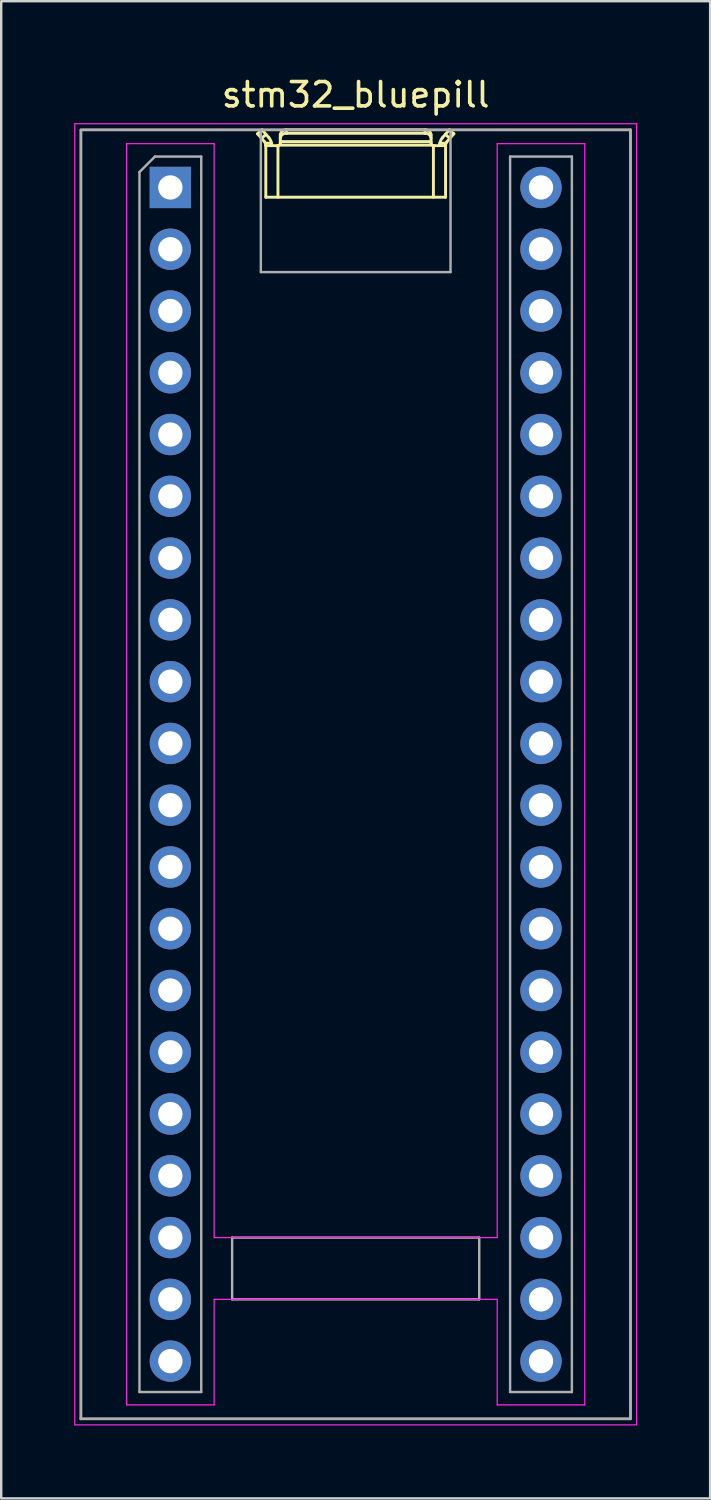
<source format=kicad_pcb>
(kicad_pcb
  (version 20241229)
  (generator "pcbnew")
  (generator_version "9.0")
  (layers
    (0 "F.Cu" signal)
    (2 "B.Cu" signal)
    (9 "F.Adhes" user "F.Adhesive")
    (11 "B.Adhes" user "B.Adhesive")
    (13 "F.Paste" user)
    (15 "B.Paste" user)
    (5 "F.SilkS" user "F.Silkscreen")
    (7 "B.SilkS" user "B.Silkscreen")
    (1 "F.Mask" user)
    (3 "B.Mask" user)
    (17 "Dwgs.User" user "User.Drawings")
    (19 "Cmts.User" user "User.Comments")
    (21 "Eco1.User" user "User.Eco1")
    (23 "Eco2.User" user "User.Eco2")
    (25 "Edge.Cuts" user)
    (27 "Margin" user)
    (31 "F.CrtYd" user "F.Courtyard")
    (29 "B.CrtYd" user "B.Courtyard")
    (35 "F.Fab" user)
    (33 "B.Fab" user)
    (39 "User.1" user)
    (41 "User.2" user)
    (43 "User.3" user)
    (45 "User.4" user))
  (footprint "stm32_bluepill"
    (layer "F.Cu")
    (at 3.955 4.658)
    (property "Reference" "stm32_bluepill" (at 7.62 -3.81 0) (layer "F.SilkS") (effects (font (size 1 1) (thickness 0.15))))
    (attr through_hole)
    (fp_line (start 3.583 -2.207) (end 3.861 -1.891) (stroke (width 0.12) (type solid)) (layer "F.SilkS"))
    (fp_line (start 3.748 -2.02) (end 3.933 -2.182) (stroke (width 0.12) (type solid)) (layer "F.SilkS"))
    (fp_line (start 3.767 -2.37) (end 3.583 -2.207) (stroke (width 0.12) (type solid)) (layer "F.SilkS"))
    (fp_line (start 3.924 -1.728) (end 3.929 -1.72) (stroke (width 0.12) (type solid)) (layer "F.SilkS"))
    (fp_line (start 3.924 -1.726) (end 3.924 -1.728) (stroke (width 0.12) (type solid)) (layer "F.SilkS"))
    (fp_line (start 3.924 -1.726) (end 3.924 0.4) (stroke (width 0.12) (type solid)) (layer "F.SilkS"))
    (fp_line (start 3.929 -1.72) (end 3.93 -1.72) (stroke (width 0.12) (type solid)) (layer "F.SilkS"))
    (fp_line (start 3.93 -1.72) (end 4.42 -1.72) (stroke (width 0.12) (type solid)) (layer "F.SilkS"))
    (fp_line (start 4.045 -2.055) (end 3.767 -2.37) (stroke (width 0.12) (type solid)) (layer "F.SilkS"))
    (fp_line (start 4.161 -1.82) (end 3.905 -1.82) (stroke (width 0.12) (type solid)) (layer "F.SilkS"))
    (fp_line (start 4.17 -1.72) (end 4.17 -1.724) (stroke (width 0.12) (type solid)) (layer "F.SilkS"))
    (fp_line (start 4.42 -1.72) (end 4.424 -1.72) (stroke (width 0.12) (type solid)) (layer "F.SilkS"))
    (fp_line (start 4.424 -1.72) (end 4.424 0.4) (stroke (width 0.12) (type solid)) (layer "F.SilkS"))
    (fp_line (start 4.52 -2.165) (end 4.52 -1.82) (stroke (width 0.12) (type solid)) (layer "F.SilkS"))
    (fp_line (start 4.52 -1.885) (end 10.72 -1.885) (stroke (width 0.12) (type solid)) (layer "F.SilkS"))
    (fp_line (start 4.77 -2.227) (end 4.77 -2.37) (stroke (width 0.12) (type solid)) (layer "F.SilkS"))
    (fp_line (start 10.47 -2.37) (end 4.77 -2.37) (stroke (width 0.12) (type solid)) (layer "F.SilkS"))
    (fp_line (start 10.47 -2.227) (end 4.77 -2.227) (stroke (width 0.12) (type solid)) (layer "F.SilkS"))
    (fp_line (start 10.47 -2.227) (end 10.47 -2.37) (stroke (width 0.12) (type solid)) (layer "F.SilkS"))
    (fp_line (start 10.72 -2.165) (end 10.72 -1.82) (stroke (width 0.12) (type solid)) (layer "F.SilkS"))
    (fp_line (start 10.758 -1.741) (end 4.482 -1.741) (stroke (width 0.12) (type solid)) (layer "F.SilkS"))
    (fp_line (start 10.816 -1.72) (end 10.816 0.4) (stroke (width 0.12) (type solid)) (layer "F.SilkS"))
    (fp_line (start 10.82 -1.72) (end 10.816 -1.72) (stroke (width 0.12) (type solid)) (layer "F.SilkS"))
    (fp_line (start 11.07 -1.72) (end 11.07 -1.724) (stroke (width 0.12) (type solid)) (layer "F.SilkS"))
    (fp_line (start 11.079 -1.82) (end 11.335 -1.82) (stroke (width 0.12) (type solid)) (layer "F.SilkS"))
    (fp_line (start 11.195 -2.055) (end 11.473 -2.37) (stroke (width 0.12) (type solid)) (layer "F.SilkS"))
    (fp_line (start 11.31 -1.72) (end 10.82 -1.72) (stroke (width 0.12) (type solid)) (layer "F.SilkS"))
    (fp_line (start 11.311 -1.72) (end 11.31 -1.72) (stroke (width 0.12) (type solid)) (layer "F.SilkS"))
    (fp_line (start 11.316 -1.726) (end 11.316 0.4) (stroke (width 0.12) (type solid)) (layer "F.SilkS"))
    (fp_line (start 11.316 -1.726) (end 11.316 -1.728) (stroke (width 0.12) (type solid)) (layer "F.SilkS"))
    (fp_line (start 11.316 0.4) (end 3.924 0.4) (stroke (width 0.12) (type solid)) (layer "F.SilkS"))
    (fp_line (start 11.316 -1.728) (end 11.311 -1.72) (stroke (width 0.12) (type solid)) (layer "F.SilkS"))
    (fp_line (start 11.473 -2.37) (end 11.657 -2.207) (stroke (width 0.12) (type solid)) (layer "F.SilkS"))
    (fp_line (start 11.492 -2.02) (end 11.307 -2.182) (stroke (width 0.12) (type solid)) (layer "F.SilkS"))
    (fp_line (start 11.657 -2.207) (end 11.379 -1.891) (stroke (width 0.12) (type solid)) (layer "F.SilkS"))
    (fp_arc (start 3.861166 -1.890847) (mid 3.906942 -1.815275) (end 3.923572 -1.7285) (stroke (width 0.12) (type solid)) (layer "F.SilkS"))
    (fp_arc (start 4.045142 -2.054759) (mid 4.137736 -1.900883) (end 4.169988 -1.724215) (stroke (width 0.12) (type solid)) (layer "F.SilkS"))
    (fp_arc (start 4.519999 -2.165212) (mid 4.603178 -2.318661) (end 4.77 -2.37) (stroke (width 0.12) (type solid)) (layer "F.SilkS"))
    (fp_arc (start 4.52 -2.021818) (mid 4.603179 -2.175266) (end 4.77 -2.226605) (stroke (width 0.12) (type solid)) (layer "F.SilkS"))
    (fp_arc (start 4.52 -1.819999) (mid 4.491968 -1.750569) (end 4.423589 -1.720064) (stroke (width 0.12) (type solid)) (layer "F.SilkS"))
    (fp_arc (start 10.47 -2.369999) (mid 10.636821 -2.318659) (end 10.719999 -2.165211) (stroke (width 0.12) (type solid)) (layer "F.SilkS"))
    (fp_arc (start 10.47 -2.226605) (mid 10.636821 -2.175265) (end 10.719999 -2.021817) (stroke (width 0.12) (type solid)) (layer "F.SilkS"))
    (fp_arc (start 10.81641 -1.720063) (mid 10.74803 -1.750569) (end 10.719999 -1.82) (stroke (width 0.12) (type solid)) (layer "F.SilkS"))
    (fp_arc (start 11.070011 -1.724215) (mid 11.102263 -1.900883) (end 11.194857 -2.054759) (stroke (width 0.12) (type solid)) (layer "F.SilkS"))
    (fp_arc (start 11.316427 -1.7285) (mid 11.333056 -1.815276) (end 11.378833 -1.890847) (stroke (width 0.12) (type solid)) (layer "F.SilkS"))
    (fp_line (start -3.93 -2.62) (end 19.17 -2.62) (stroke (width 0.05) (type solid)) (layer "F.CrtYd"))
    (fp_line (start -3.93 50.88) (end -3.93 -2.62) (stroke (width 0.05) (type solid)) (layer "F.CrtYd"))
    (fp_line (start -1.8 -1.8) (end -1.8 50.06) (stroke (width 0.05) (type solid)) (layer "F.CrtYd"))
    (fp_line (start -1.8 50.06) (end 1.8 50.06) (stroke (width 0.05) (type solid)) (layer "F.CrtYd"))
    (fp_line (start 1.8 -1.8) (end -1.8 -1.8) (stroke (width 0.05) (type solid)) (layer "F.CrtYd"))
    (fp_line (start 1.8 -1.8) (end 1.8 43.18) (stroke (width 0.05) (type solid)) (layer "F.CrtYd"))
    (fp_line (start 1.8 43.18) (end 13.44 43.18) (stroke (width 0.05) (type solid)) (layer "F.CrtYd"))
    (fp_line (start 1.8 45.72) (end 1.8 50.06) (stroke (width 0.05) (type solid)) (layer "F.CrtYd"))
    (fp_line (start 13.44 -1.8) (end 13.44 43.18) (stroke (width 0.05) (type solid)) (layer "F.CrtYd"))
    (fp_line (start 13.44 -1.8) (end 17.04 -1.8) (stroke (width 0.05) (type solid)) (layer "F.CrtYd"))
    (fp_line (start 13.44 45.72) (end 1.8 45.72) (stroke (width 0.05) (type solid)) (layer "F.CrtYd"))
    (fp_line (start 13.44 45.72) (end 13.44 50.06) (stroke (width 0.05) (type solid)) (layer "F.CrtYd"))
    (fp_line (start 17.04 -1.8) (end 17.04 50.06) (stroke (width 0.05) (type solid)) (layer "F.CrtYd"))
    (fp_line (start 17.04 50.06) (end 13.44 50.06) (stroke (width 0.05) (type solid)) (layer "F.CrtYd"))
    (fp_line (start 19.17 -2.62) (end 19.17 50.88) (stroke (width 0.05) (type solid)) (layer "F.CrtYd"))
    (fp_line (start 19.17 50.88) (end -3.93 50.88) (stroke (width 0.05) (type solid)) (layer "F.CrtYd"))
    (fp_line (start -3.68 -2.37) (end 18.92 -2.37) (stroke (width 0.12) (type solid)) (layer "F.Fab"))
    (fp_line (start -3.68 50.63) (end -3.68 -2.32) (stroke (width 0.12) (type solid)) (layer "F.Fab"))
    (fp_line (start -3.68 50.63) (end 18.92 50.63) (stroke (width 0.12) (type solid)) (layer "F.Fab"))
    (fp_line (start -1.27 -0.635) (end -0.635 -1.27) (stroke (width 0.1) (type solid)) (layer "F.Fab"))
    (fp_line (start -1.27 49.53) (end -1.27 -0.635) (stroke (width 0.1) (type solid)) (layer "F.Fab"))
    (fp_line (start -0.635 -1.27) (end 1.27 -1.27) (stroke (width 0.1) (type solid)) (layer "F.Fab"))
    (fp_line (start 1.27 -1.27) (end 1.27 49.53) (stroke (width 0.1) (type solid)) (layer "F.Fab"))
    (fp_line (start 1.27 49.53) (end -1.27 49.53) (stroke (width 0.1) (type solid)) (layer "F.Fab"))
    (fp_line (start 2.54 43.18) (end 12.7 43.18) (stroke (width 0.1) (type solid)) (layer "F.Fab"))
    (fp_line (start 2.54 45.72) (end 2.54 43.18) (stroke (width 0.1) (type solid)) (layer "F.Fab"))
    (fp_line (start 3.72 3.48) (end 3.72 -2.32) (stroke (width 0.1) (type solid)) (layer "F.Fab"))
    (fp_line (start 3.72 3.48) (end 11.52 3.48) (stroke (width 0.1) (type solid)) (layer "F.Fab"))
    (fp_line (start 11.52 3.48) (end 11.52 -2.32) (stroke (width 0.1) (type solid)) (layer "F.Fab"))
    (fp_line (start 12.7 43.18) (end 12.7 45.72) (stroke (width 0.1) (type solid)) (layer "F.Fab"))
    (fp_line (start 12.7 45.72) (end 2.54 45.72) (stroke (width 0.1) (type solid)) (layer "F.Fab"))
    (fp_line (start 13.97 -1.27) (end 16.51 -1.27) (stroke (width 0.1) (type solid)) (layer "F.Fab"))
    (fp_line (start 13.97 49.53) (end 13.97 -1.27) (stroke (width 0.1) (type solid)) (layer "F.Fab"))
    (fp_line (start 16.51 -1.27) (end 16.51 49.53) (stroke (width 0.1) (type solid)) (layer "F.Fab"))
    (fp_line (start 16.51 49.53) (end 13.97 49.53) (stroke (width 0.1) (type solid)) (layer "F.Fab"))
    (fp_line (start 18.92 -2.37) (end 18.92 50.63) (stroke (width 0.12) (type solid)) (layer "F.Fab"))
    (pad "1" thru_hole rect (at 0 0) (size 1.7 1.7) (drill 1) (layers "*.Cu" "*.Mask"))
    (pad "2" thru_hole circle (at 0 2.54) (size 1.7 1.7) (drill 1) (layers "*.Cu" "*.Mask"))
    (pad "3" thru_hole circle (at 0 5.08) (size 1.7 1.7) (drill 1) (layers "*.Cu" "*.Mask"))
    (pad "4" thru_hole circle (at 0 7.62) (size 1.7 1.7) (drill 1) (layers "*.Cu" "*.Mask"))
    (pad "5" thru_hole circle (at 0 10.16) (size 1.7 1.7) (drill 1) (layers "*.Cu" "*.Mask"))
    (pad "6" thru_hole circle (at 0 12.7) (size 1.7 1.7) (drill 1) (layers "*.Cu" "*.Mask"))
    (pad "7" thru_hole circle (at 0 15.24) (size 1.7 1.7) (drill 1) (layers "*.Cu" "*.Mask"))
    (pad "8" thru_hole circle (at 0 17.78) (size 1.7 1.7) (drill 1) (layers "*.Cu" "*.Mask"))
    (pad "9" thru_hole circle (at 0 20.32) (size 1.7 1.7) (drill 1) (layers "*.Cu" "*.Mask"))
    (pad "10" thru_hole circle (at 0 22.86) (size 1.7 1.7) (drill 1) (layers "*.Cu" "*.Mask"))
    (pad "11" thru_hole circle (at 0 25.4) (size 1.7 1.7) (drill 1) (layers "*.Cu" "*.Mask"))
    (pad "12" thru_hole circle (at 0 27.94) (size 1.7 1.7) (drill 1) (layers "*.Cu" "*.Mask"))
    (pad "13" thru_hole circle (at 0 30.48) (size 1.7 1.7) (drill 1) (layers "*.Cu" "*.Mask"))
    (pad "14" thru_hole circle (at 0 33.02) (size 1.7 1.7) (drill 1) (layers "*.Cu" "*.Mask"))
    (pad "15" thru_hole circle (at 0 35.56) (size 1.7 1.7) (drill 1) (layers "*.Cu" "*.Mask"))
    (pad "16" thru_hole circle (at 0 38.1) (size 1.7 1.7) (drill 1) (layers "*.Cu" "*.Mask"))
    (pad "17" thru_hole circle (at 0 40.64) (size 1.7 1.7) (drill 1) (layers "*.Cu" "*.Mask"))
    (pad "18" thru_hole circle (at 0 43.18) (size 1.7 1.7) (drill 1) (layers "*.Cu" "*.Mask"))
    (pad "19" thru_hole circle (at 0 45.72) (size 1.7 1.7) (drill 1) (layers "*.Cu" "*.Mask"))
    (pad "20" thru_hole circle (at 0 48.26) (size 1.7 1.7) (drill 1) (layers "*.Cu" "*.Mask"))
    (pad "21" thru_hole circle (at 15.24 48.26) (size 1.7 1.7) (drill 1) (layers "*.Cu" "*.Mask"))
    (pad "22" thru_hole circle (at 15.24 45.72) (size 1.7 1.7) (drill 1) (layers "*.Cu" "*.Mask"))
    (pad "23" thru_hole circle (at 15.24 43.18) (size 1.7 1.7) (drill 1) (layers "*.Cu" "*.Mask"))
    (pad "24" thru_hole circle (at 15.24 40.64) (size 1.7 1.7) (drill 1) (layers "*.Cu" "*.Mask"))
    (pad "25" thru_hole circle (at 15.24 38.1) (size 1.7 1.7) (drill 1) (layers "*.Cu" "*.Mask"))
    (pad "26" thru_hole circle (at 15.24 35.56) (size 1.7 1.7) (drill 1) (layers "*.Cu" "*.Mask"))
    (pad "27" thru_hole circle (at 15.24 33.02) (size 1.7 1.7) (drill 1) (layers "*.Cu" "*.Mask"))
    (pad "28" thru_hole circle (at 15.24 30.48) (size 1.7 1.7) (drill 1) (layers "*.Cu" "*.Mask"))
    (pad "29" thru_hole circle (at 15.24 27.94) (size 1.7 1.7) (drill 1) (layers "*.Cu" "*.Mask"))
    (pad "30" thru_hole circle (at 15.24 25.4) (size 1.7 1.7) (drill 1) (layers "*.Cu" "*.Mask"))
    (pad "31" thru_hole circle (at 15.24 22.86) (size 1.7 1.7) (drill 1) (layers "*.Cu" "*.Mask"))
    (pad "32" thru_hole circle (at 15.24 20.32) (size 1.7 1.7) (drill 1) (layers "*.Cu" "*.Mask"))
    (pad "33" thru_hole circle (at 15.24 17.78) (size 1.7 1.7) (drill 1) (layers "*.Cu" "*.Mask"))
    (pad "34" thru_hole circle (at 15.24 15.24) (size 1.7 1.7) (drill 1) (layers "*.Cu" "*.Mask"))
    (pad "35" thru_hole circle (at 15.24 12.7) (size 1.7 1.7) (drill 1) (layers "*.Cu" "*.Mask"))
    (pad "36" thru_hole circle (at 15.24 10.16) (size 1.7 1.7) (drill 1) (layers "*.Cu" "*.Mask"))
    (pad "37" thru_hole circle (at 15.24 7.62) (size 1.7 1.7) (drill 1) (layers "*.Cu" "*.Mask"))
    (pad "38" thru_hole circle (at 15.24 5.08) (size 1.7 1.7) (drill 1) (layers "*.Cu" "*.Mask"))
    (pad "39" thru_hole circle (at 15.24 2.54) (size 1.7 1.7) (drill 1) (layers "*.Cu" "*.Mask"))
    (pad "40" thru_hole circle (at 15.24 0) (size 1.7 1.7) (drill 1) (layers "*.Cu" "*.Mask")))
  (gr_rect
    (start -3 -3)
    (end 26.15 58.563)
    (stroke (width 0.1) (type default))
    (fill no)
    (layer "Edge.Cuts")))
</source>
